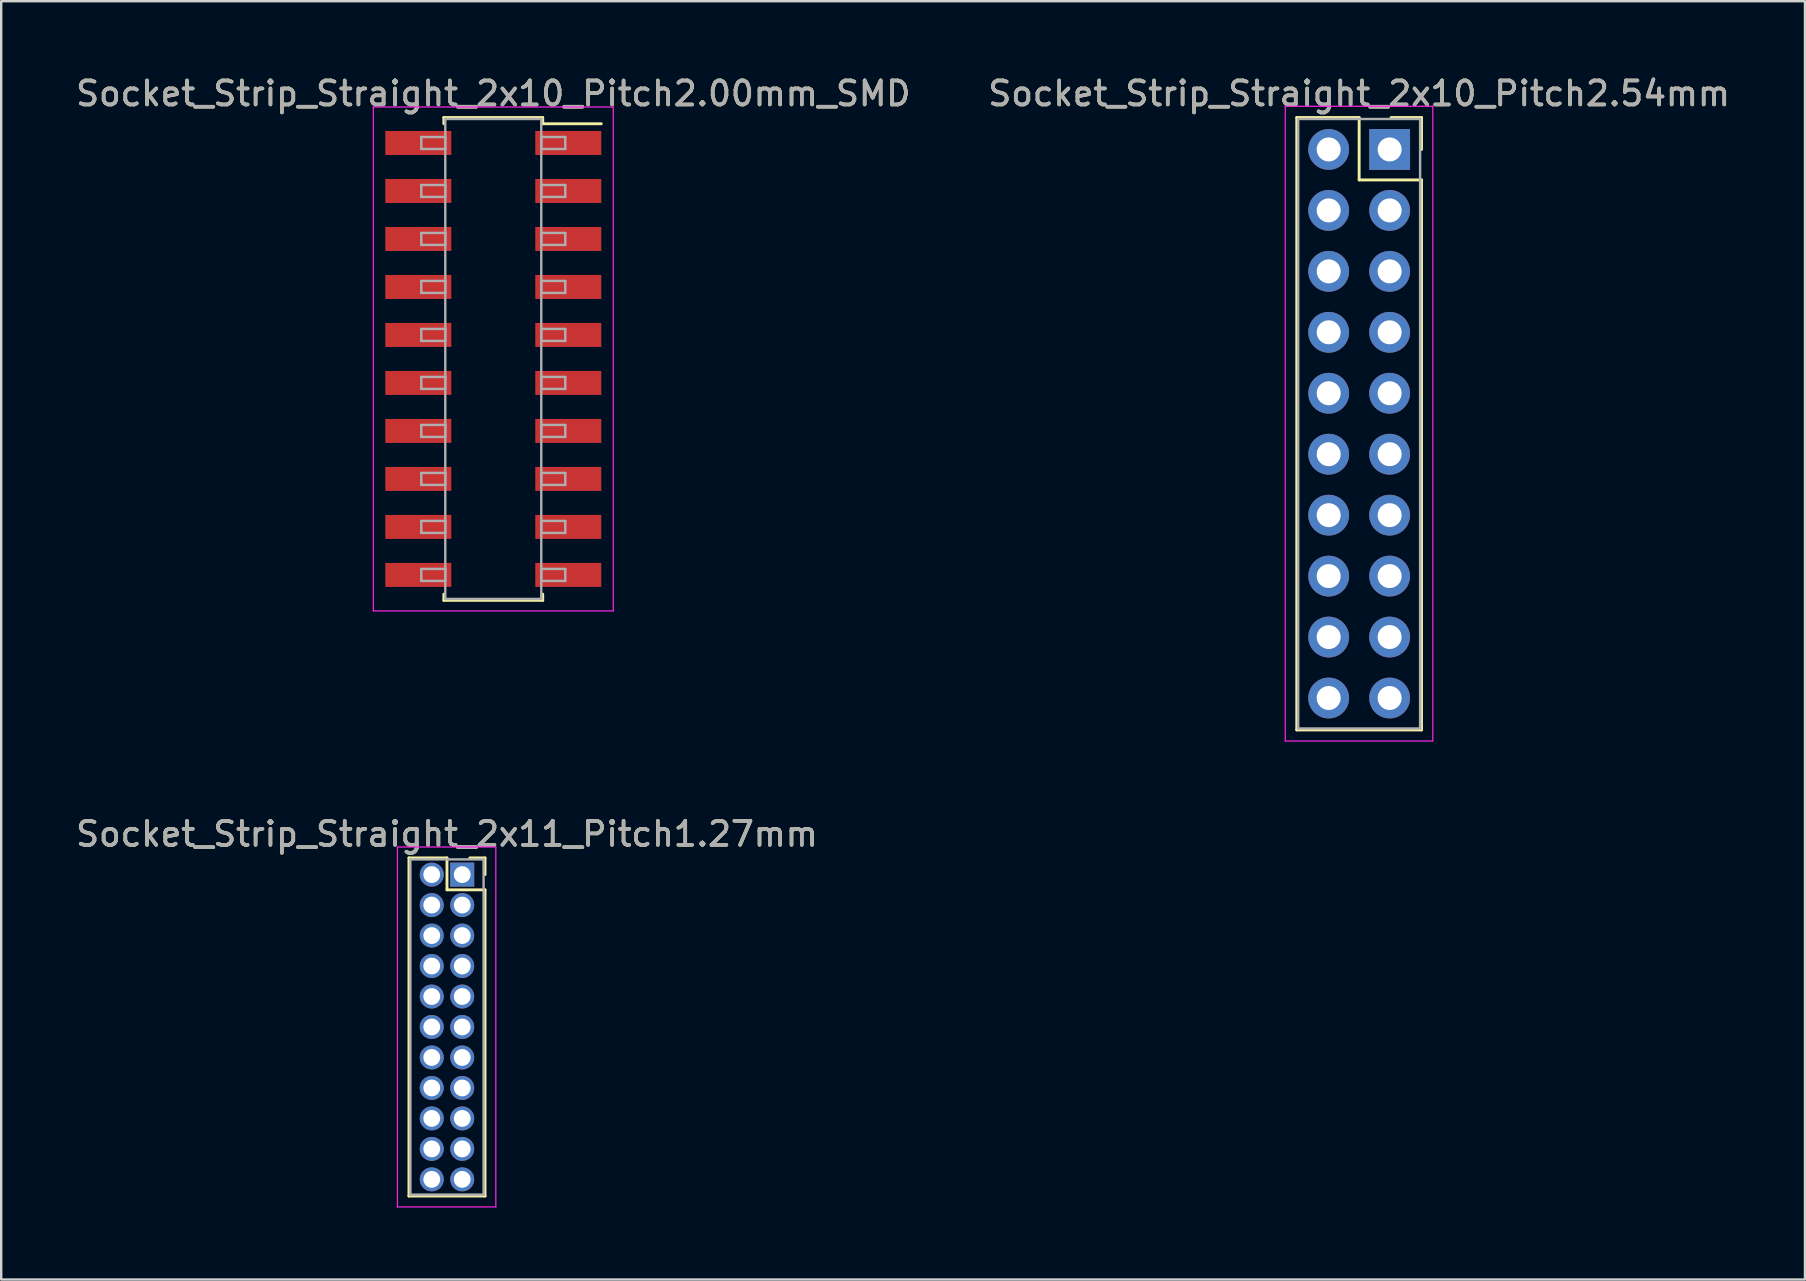
<source format=kicad_pcb>
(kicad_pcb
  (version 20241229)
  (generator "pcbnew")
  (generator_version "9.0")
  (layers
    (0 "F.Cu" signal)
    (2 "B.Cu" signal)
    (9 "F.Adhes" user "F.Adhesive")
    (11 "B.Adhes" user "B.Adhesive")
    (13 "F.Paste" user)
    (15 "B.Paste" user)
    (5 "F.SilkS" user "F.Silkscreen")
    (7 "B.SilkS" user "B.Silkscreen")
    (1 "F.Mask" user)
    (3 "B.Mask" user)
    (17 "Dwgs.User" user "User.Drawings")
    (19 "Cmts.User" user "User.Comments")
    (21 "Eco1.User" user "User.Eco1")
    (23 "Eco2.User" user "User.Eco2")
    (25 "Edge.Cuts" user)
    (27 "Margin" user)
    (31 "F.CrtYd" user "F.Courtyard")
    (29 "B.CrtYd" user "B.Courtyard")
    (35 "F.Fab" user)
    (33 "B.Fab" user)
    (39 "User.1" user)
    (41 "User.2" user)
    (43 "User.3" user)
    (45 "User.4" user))
  (footprint "Socket_Strip_Straight_2x10_Pitch2.54mm"
    (layer "F.Cu")
    (at 54.859 3.178)
    (property "Reference" "Socket_Strip_Straight_2x10_Pitch2.54mm" (at -1.27 -2.33 0) (layer "F.SilkS") (effects (font (size 1 1) (thickness 0.15))))
    (attr through_hole)
    (fp_line (start -3.87 -1.33) (end -1.27 -1.33) (stroke (width 0.12) (type solid)) (layer "F.SilkS"))
    (fp_line (start -3.87 24.19) (end -3.87 -1.33) (stroke (width 0.12) (type solid)) (layer "F.SilkS"))
    (fp_line (start -1.27 -1.33) (end -1.27 1.27) (stroke (width 0.12) (type solid)) (layer "F.SilkS"))
    (fp_line (start -1.27 1.27) (end 1.33 1.27) (stroke (width 0.12) (type solid)) (layer "F.SilkS"))
    (fp_line (start 1.33 -1.33) (end 0.06 -1.33) (stroke (width 0.12) (type solid)) (layer "F.SilkS"))
    (fp_line (start 1.33 0) (end 1.33 -1.33) (stroke (width 0.12) (type solid)) (layer "F.SilkS"))
    (fp_line (start 1.33 1.27) (end 1.33 24.19) (stroke (width 0.12) (type solid)) (layer "F.SilkS"))
    (fp_line (start 1.33 24.19) (end -3.87 24.19) (stroke (width 0.12) (type solid)) (layer "F.SilkS"))
    (fp_line (start -4.35 -1.8) (end -4.35 24.65) (stroke (width 0.05) (type solid)) (layer "F.CrtYd"))
    (fp_line (start -4.35 24.65) (end 1.8 24.65) (stroke (width 0.05) (type solid)) (layer "F.CrtYd"))
    (fp_line (start 1.8 -1.8) (end -4.35 -1.8) (stroke (width 0.05) (type solid)) (layer "F.CrtYd"))
    (fp_line (start 1.8 24.65) (end 1.8 -1.8) (stroke (width 0.05) (type solid)) (layer "F.CrtYd"))
    (fp_line (start -3.81 -1.27) (end -3.81 24.13) (stroke (width 0.1) (type solid)) (layer "F.Fab"))
    (fp_line (start -3.81 24.13) (end 1.27 24.13) (stroke (width 0.1) (type solid)) (layer "F.Fab"))
    (fp_line (start 1.27 -1.27) (end -3.81 -1.27) (stroke (width 0.1) (type solid)) (layer "F.Fab"))
    (fp_line (start 1.27 24.13) (end 1.27 -1.27) (stroke (width 0.1) (type solid)) (layer "F.Fab"))
    (fp_text user "${REFERENCE}" (at -1.27 -2.33 0) (layer "F.Fab") (effects (font (size 1 1) (thickness 0.15))))
    (pad "1" thru_hole rect (at 0 0) (size 1.7 1.7) (drill 1) (layers "*.Cu" "*.Mask"))
    (pad "2" thru_hole oval (at -2.54 0) (size 1.7 1.7) (drill 1) (layers "*.Cu" "*.Mask"))
    (pad "3" thru_hole oval (at 0 2.54) (size 1.7 1.7) (drill 1) (layers "*.Cu" "*.Mask"))
    (pad "4" thru_hole oval (at -2.54 2.54) (size 1.7 1.7) (drill 1) (layers "*.Cu" "*.Mask"))
    (pad "5" thru_hole oval (at 0 5.08) (size 1.7 1.7) (drill 1) (layers "*.Cu" "*.Mask"))
    (pad "6" thru_hole oval (at -2.54 5.08) (size 1.7 1.7) (drill 1) (layers "*.Cu" "*.Mask"))
    (pad "7" thru_hole oval (at 0 7.62) (size 1.7 1.7) (drill 1) (layers "*.Cu" "*.Mask"))
    (pad "8" thru_hole oval (at -2.54 7.62) (size 1.7 1.7) (drill 1) (layers "*.Cu" "*.Mask"))
    (pad "9" thru_hole oval (at 0 10.16) (size 1.7 1.7) (drill 1) (layers "*.Cu" "*.Mask"))
    (pad "10" thru_hole oval (at -2.54 10.16) (size 1.7 1.7) (drill 1) (layers "*.Cu" "*.Mask"))
    (pad "11" thru_hole oval (at 0 12.7) (size 1.7 1.7) (drill 1) (layers "*.Cu" "*.Mask"))
    (pad "12" thru_hole oval (at -2.54 12.7) (size 1.7 1.7) (drill 1) (layers "*.Cu" "*.Mask"))
    (pad "13" thru_hole oval (at 0 15.24) (size 1.7 1.7) (drill 1) (layers "*.Cu" "*.Mask"))
    (pad "14" thru_hole oval (at -2.54 15.24) (size 1.7 1.7) (drill 1) (layers "*.Cu" "*.Mask"))
    (pad "15" thru_hole oval (at 0 17.78) (size 1.7 1.7) (drill 1) (layers "*.Cu" "*.Mask"))
    (pad "16" thru_hole oval (at -2.54 17.78) (size 1.7 1.7) (drill 1) (layers "*.Cu" "*.Mask"))
    (pad "17" thru_hole oval (at 0 20.32) (size 1.7 1.7) (drill 1) (layers "*.Cu" "*.Mask"))
    (pad "18" thru_hole oval (at -2.54 20.32) (size 1.7 1.7) (drill 1) (layers "*.Cu" "*.Mask"))
    (pad "19" thru_hole oval (at 0 22.86) (size 1.7 1.7) (drill 1) (layers "*.Cu" "*.Mask"))
    (pad "20" thru_hole oval (at -2.54 22.86) (size 1.7 1.7) (drill 1) (layers "*.Cu" "*.Mask")))
  (footprint "Socket_Strip_Straight_2x10_Pitch2.00mm_SMD"
    (layer "F.Cu")
    (at 17.506 11.908)
    (property "Reference" "Socket_Strip_Straight_2x10_Pitch2.00mm_SMD" (at 0 -11.06 0) (layer "F.SilkS") (effects (font (size 1 1) (thickness 0.15))))
    (attr smd)
    (fp_line (start -2.06 -10.06) (end 2.06 -10.06) (stroke (width 0.12) (type solid)) (layer "F.SilkS"))
    (fp_line (start -2.06 -9.8) (end -2.06 -10.06) (stroke (width 0.12) (type solid)) (layer "F.SilkS"))
    (fp_line (start -2.06 9.8) (end -2.06 10.06) (stroke (width 0.12) (type solid)) (layer "F.SilkS"))
    (fp_line (start -2.06 10.06) (end 2.06 10.06) (stroke (width 0.12) (type solid)) (layer "F.SilkS"))
    (fp_line (start 2.06 -10.06) (end 2.06 -9.8) (stroke (width 0.12) (type solid)) (layer "F.SilkS"))
    (fp_line (start 2.06 10.06) (end 2.06 9.8) (stroke (width 0.12) (type solid)) (layer "F.SilkS"))
    (fp_line (start 4.5 -9.8) (end 2.06 -9.8) (stroke (width 0.12) (type solid)) (layer "F.SilkS"))
    (fp_line (start -5 -10.5) (end -5 10.5) (stroke (width 0.05) (type solid)) (layer "F.CrtYd"))
    (fp_line (start -5 10.5) (end 5 10.5) (stroke (width 0.05) (type solid)) (layer "F.CrtYd"))
    (fp_line (start 5 -10.5) (end -5 -10.5) (stroke (width 0.05) (type solid)) (layer "F.CrtYd"))
    (fp_line (start 5 10.5) (end 5 -10.5) (stroke (width 0.05) (type solid)) (layer "F.CrtYd"))
    (fp_line (start -3 -9.25) (end -2 -9.25) (stroke (width 0.1) (type solid)) (layer "F.Fab"))
    (fp_line (start -3 -8.75) (end -3 -9.25) (stroke (width 0.1) (type solid)) (layer "F.Fab"))
    (fp_line (start -3 -7.25) (end -2 -7.25) (stroke (width 0.1) (type solid)) (layer "F.Fab"))
    (fp_line (start -3 -6.75) (end -3 -7.25) (stroke (width 0.1) (type solid)) (layer "F.Fab"))
    (fp_line (start -3 -5.25) (end -2 -5.25) (stroke (width 0.1) (type solid)) (layer "F.Fab"))
    (fp_line (start -3 -4.75) (end -3 -5.25) (stroke (width 0.1) (type solid)) (layer "F.Fab"))
    (fp_line (start -3 -3.25) (end -2 -3.25) (stroke (width 0.1) (type solid)) (layer "F.Fab"))
    (fp_line (start -3 -2.75) (end -3 -3.25) (stroke (width 0.1) (type solid)) (layer "F.Fab"))
    (fp_line (start -3 -1.25) (end -2 -1.25) (stroke (width 0.1) (type solid)) (layer "F.Fab"))
    (fp_line (start -3 -0.75) (end -3 -1.25) (stroke (width 0.1) (type solid)) (layer "F.Fab"))
    (fp_line (start -3 0.75) (end -2 0.75) (stroke (width 0.1) (type solid)) (layer "F.Fab"))
    (fp_line (start -3 1.25) (end -3 0.75) (stroke (width 0.1) (type solid)) (layer "F.Fab"))
    (fp_line (start -3 2.75) (end -2 2.75) (stroke (width 0.1) (type solid)) (layer "F.Fab"))
    (fp_line (start -3 3.25) (end -3 2.75) (stroke (width 0.1) (type solid)) (layer "F.Fab"))
    (fp_line (start -3 4.75) (end -2 4.75) (stroke (width 0.1) (type solid)) (layer "F.Fab"))
    (fp_line (start -3 5.25) (end -3 4.75) (stroke (width 0.1) (type solid)) (layer "F.Fab"))
    (fp_line (start -3 6.75) (end -2 6.75) (stroke (width 0.1) (type solid)) (layer "F.Fab"))
    (fp_line (start -3 7.25) (end -3 6.75) (stroke (width 0.1) (type solid)) (layer "F.Fab"))
    (fp_line (start -3 8.75) (end -2 8.75) (stroke (width 0.1) (type solid)) (layer "F.Fab"))
    (fp_line (start -3 9.25) (end -3 8.75) (stroke (width 0.1) (type solid)) (layer "F.Fab"))
    (fp_line (start -2 -10) (end -2 10) (stroke (width 0.1) (type solid)) (layer "F.Fab"))
    (fp_line (start -2 -9.25) (end -2 -8.75) (stroke (width 0.1) (type solid)) (layer "F.Fab"))
    (fp_line (start -2 -8.75) (end -3 -8.75) (stroke (width 0.1) (type solid)) (layer "F.Fab"))
    (fp_line (start -2 -7.25) (end -2 -6.75) (stroke (width 0.1) (type solid)) (layer "F.Fab"))
    (fp_line (start -2 -6.75) (end -3 -6.75) (stroke (width 0.1) (type solid)) (layer "F.Fab"))
    (fp_line (start -2 -5.25) (end -2 -4.75) (stroke (width 0.1) (type solid)) (layer "F.Fab"))
    (fp_line (start -2 -4.75) (end -3 -4.75) (stroke (width 0.1) (type solid)) (layer "F.Fab"))
    (fp_line (start -2 -3.25) (end -2 -2.75) (stroke (width 0.1) (type solid)) (layer "F.Fab"))
    (fp_line (start -2 -2.75) (end -3 -2.75) (stroke (width 0.1) (type solid)) (layer "F.Fab"))
    (fp_line (start -2 -1.25) (end -2 -0.75) (stroke (width 0.1) (type solid)) (layer "F.Fab"))
    (fp_line (start -2 -0.75) (end -3 -0.75) (stroke (width 0.1) (type solid)) (layer "F.Fab"))
    (fp_line (start -2 0.75) (end -2 1.25) (stroke (width 0.1) (type solid)) (layer "F.Fab"))
    (fp_line (start -2 1.25) (end -3 1.25) (stroke (width 0.1) (type solid)) (layer "F.Fab"))
    (fp_line (start -2 2.75) (end -2 3.25) (stroke (width 0.1) (type solid)) (layer "F.Fab"))
    (fp_line (start -2 3.25) (end -3 3.25) (stroke (width 0.1) (type solid)) (layer "F.Fab"))
    (fp_line (start -2 4.75) (end -2 5.25) (stroke (width 0.1) (type solid)) (layer "F.Fab"))
    (fp_line (start -2 5.25) (end -3 5.25) (stroke (width 0.1) (type solid)) (layer "F.Fab"))
    (fp_line (start -2 6.75) (end -2 7.25) (stroke (width 0.1) (type solid)) (layer "F.Fab"))
    (fp_line (start -2 7.25) (end -3 7.25) (stroke (width 0.1) (type solid)) (layer "F.Fab"))
    (fp_line (start -2 8.75) (end -2 9.25) (stroke (width 0.1) (type solid)) (layer "F.Fab"))
    (fp_line (start -2 9.25) (end -3 9.25) (stroke (width 0.1) (type solid)) (layer "F.Fab"))
    (fp_line (start -2 10) (end 2 10) (stroke (width 0.1) (type solid)) (layer "F.Fab"))
    (fp_line (start 2 -10) (end -2 -10) (stroke (width 0.1) (type solid)) (layer "F.Fab"))
    (fp_line (start 2 -9.25) (end 2 -8.75) (stroke (width 0.1) (type solid)) (layer "F.Fab"))
    (fp_line (start 2 -8.75) (end 3 -8.75) (stroke (width 0.1) (type solid)) (layer "F.Fab"))
    (fp_line (start 2 -7.25) (end 2 -6.75) (stroke (width 0.1) (type solid)) (layer "F.Fab"))
    (fp_line (start 2 -6.75) (end 3 -6.75) (stroke (width 0.1) (type solid)) (layer "F.Fab"))
    (fp_line (start 2 -5.25) (end 2 -4.75) (stroke (width 0.1) (type solid)) (layer "F.Fab"))
    (fp_line (start 2 -4.75) (end 3 -4.75) (stroke (width 0.1) (type solid)) (layer "F.Fab"))
    (fp_line (start 2 -3.25) (end 2 -2.75) (stroke (width 0.1) (type solid)) (layer "F.Fab"))
    (fp_line (start 2 -2.75) (end 3 -2.75) (stroke (width 0.1) (type solid)) (layer "F.Fab"))
    (fp_line (start 2 -1.25) (end 2 -0.75) (stroke (width 0.1) (type solid)) (layer "F.Fab"))
    (fp_line (start 2 -0.75) (end 3 -0.75) (stroke (width 0.1) (type solid)) (layer "F.Fab"))
    (fp_line (start 2 0.75) (end 2 1.25) (stroke (width 0.1) (type solid)) (layer "F.Fab"))
    (fp_line (start 2 1.25) (end 3 1.25) (stroke (width 0.1) (type solid)) (layer "F.Fab"))
    (fp_line (start 2 2.75) (end 2 3.25) (stroke (width 0.1) (type solid)) (layer "F.Fab"))
    (fp_line (start 2 3.25) (end 3 3.25) (stroke (width 0.1) (type solid)) (layer "F.Fab"))
    (fp_line (start 2 4.75) (end 2 5.25) (stroke (width 0.1) (type solid)) (layer "F.Fab"))
    (fp_line (start 2 5.25) (end 3 5.25) (stroke (width 0.1) (type solid)) (layer "F.Fab"))
    (fp_line (start 2 6.75) (end 2 7.25) (stroke (width 0.1) (type solid)) (layer "F.Fab"))
    (fp_line (start 2 7.25) (end 3 7.25) (stroke (width 0.1) (type solid)) (layer "F.Fab"))
    (fp_line (start 2 8.75) (end 2 9.25) (stroke (width 0.1) (type solid)) (layer "F.Fab"))
    (fp_line (start 2 9.25) (end 3 9.25) (stroke (width 0.1) (type solid)) (layer "F.Fab"))
    (fp_line (start 2 10) (end 2 -10) (stroke (width 0.1) (type solid)) (layer "F.Fab"))
    (fp_line (start 3 -9.25) (end 2 -9.25) (stroke (width 0.1) (type solid)) (layer "F.Fab"))
    (fp_line (start 3 -8.75) (end 3 -9.25) (stroke (width 0.1) (type solid)) (layer "F.Fab"))
    (fp_line (start 3 -7.25) (end 2 -7.25) (stroke (width 0.1) (type solid)) (layer "F.Fab"))
    (fp_line (start 3 -6.75) (end 3 -7.25) (stroke (width 0.1) (type solid)) (layer "F.Fab"))
    (fp_line (start 3 -5.25) (end 2 -5.25) (stroke (width 0.1) (type solid)) (layer "F.Fab"))
    (fp_line (start 3 -4.75) (end 3 -5.25) (stroke (width 0.1) (type solid)) (layer "F.Fab"))
    (fp_line (start 3 -3.25) (end 2 -3.25) (stroke (width 0.1) (type solid)) (layer "F.Fab"))
    (fp_line (start 3 -2.75) (end 3 -3.25) (stroke (width 0.1) (type solid)) (layer "F.Fab"))
    (fp_line (start 3 -1.25) (end 2 -1.25) (stroke (width 0.1) (type solid)) (layer "F.Fab"))
    (fp_line (start 3 -0.75) (end 3 -1.25) (stroke (width 0.1) (type solid)) (layer "F.Fab"))
    (fp_line (start 3 0.75) (end 2 0.75) (stroke (width 0.1) (type solid)) (layer "F.Fab"))
    (fp_line (start 3 1.25) (end 3 0.75) (stroke (width 0.1) (type solid)) (layer "F.Fab"))
    (fp_line (start 3 2.75) (end 2 2.75) (stroke (width 0.1) (type solid)) (layer "F.Fab"))
    (fp_line (start 3 3.25) (end 3 2.75) (stroke (width 0.1) (type solid)) (layer "F.Fab"))
    (fp_line (start 3 4.75) (end 2 4.75) (stroke (width 0.1) (type solid)) (layer "F.Fab"))
    (fp_line (start 3 5.25) (end 3 4.75) (stroke (width 0.1) (type solid)) (layer "F.Fab"))
    (fp_line (start 3 6.75) (end 2 6.75) (stroke (width 0.1) (type solid)) (layer "F.Fab"))
    (fp_line (start 3 7.25) (end 3 6.75) (stroke (width 0.1) (type solid)) (layer "F.Fab"))
    (fp_line (start 3 8.75) (end 2 8.75) (stroke (width 0.1) (type solid)) (layer "F.Fab"))
    (fp_line (start 3 9.25) (end 3 8.75) (stroke (width 0.1) (type solid)) (layer "F.Fab"))
    (fp_text user "${REFERENCE}" (at 0 -11.06 0) (layer "F.Fab") (effects (font (size 1 1) (thickness 0.15))))
    (pad "1" smd rect (at 3.125 -9) (size 2.75 1) (layers "F.Cu" "F.Mask" "F.Paste"))
    (pad "2" smd rect (at -3.125 -9) (size 2.75 1) (layers "F.Cu" "F.Mask" "F.Paste"))
    (pad "3" smd rect (at 3.125 -7) (size 2.75 1) (layers "F.Cu" "F.Mask" "F.Paste"))
    (pad "4" smd rect (at -3.125 -7) (size 2.75 1) (layers "F.Cu" "F.Mask" "F.Paste"))
    (pad "5" smd rect (at 3.125 -5) (size 2.75 1) (layers "F.Cu" "F.Mask" "F.Paste"))
    (pad "6" smd rect (at -3.125 -5) (size 2.75 1) (layers "F.Cu" "F.Mask" "F.Paste"))
    (pad "7" smd rect (at 3.125 -3) (size 2.75 1) (layers "F.Cu" "F.Mask" "F.Paste"))
    (pad "8" smd rect (at -3.125 -3) (size 2.75 1) (layers "F.Cu" "F.Mask" "F.Paste"))
    (pad "9" smd rect (at 3.125 -1) (size 2.75 1) (layers "F.Cu" "F.Mask" "F.Paste"))
    (pad "10" smd rect (at -3.125 -1) (size 2.75 1) (layers "F.Cu" "F.Mask" "F.Paste"))
    (pad "11" smd rect (at 3.125 1) (size 2.75 1) (layers "F.Cu" "F.Mask" "F.Paste"))
    (pad "12" smd rect (at -3.125 1) (size 2.75 1) (layers "F.Cu" "F.Mask" "F.Paste"))
    (pad "13" smd rect (at 3.125 3) (size 2.75 1) (layers "F.Cu" "F.Mask" "F.Paste"))
    (pad "14" smd rect (at -3.125 3) (size 2.75 1) (layers "F.Cu" "F.Mask" "F.Paste"))
    (pad "15" smd rect (at 3.125 5) (size 2.75 1) (layers "F.Cu" "F.Mask" "F.Paste"))
    (pad "16" smd rect (at -3.125 5) (size 2.75 1) (layers "F.Cu" "F.Mask" "F.Paste"))
    (pad "17" smd rect (at 3.125 7) (size 2.75 1) (layers "F.Cu" "F.Mask" "F.Paste"))
    (pad "18" smd rect (at -3.125 7) (size 2.75 1) (layers "F.Cu" "F.Mask" "F.Paste"))
    (pad "19" smd rect (at 3.125 9) (size 2.75 1) (layers "F.Cu" "F.Mask" "F.Paste"))
    (pad "20" smd rect (at -3.125 9) (size 2.75 1) (layers "F.Cu" "F.Mask" "F.Paste")))
  (footprint "Socket_Strip_Straight_2x11_Pitch1.27mm"
    (layer "F.Cu")
    (at 16.212 33.397)
    (property "Reference" "Socket_Strip_Straight_2x11_Pitch1.27mm" (at -0.635 -1.695 0) (layer "F.SilkS") (effects (font (size 1 1) (thickness 0.15))))
    (attr through_hole)
    (fp_line (start -2.22 -0.695) (end -0.635 -0.695) (stroke (width 0.12) (type solid)) (layer "F.SilkS"))
    (fp_line (start -2.22 13.395) (end -2.22 -0.695) (stroke (width 0.12) (type solid)) (layer "F.SilkS"))
    (fp_line (start -0.635 -0.695) (end -0.635 0.635) (stroke (width 0.12) (type solid)) (layer "F.SilkS"))
    (fp_line (start -0.635 0.635) (end 0.95 0.635) (stroke (width 0.12) (type solid)) (layer "F.SilkS"))
    (fp_line (start 0.95 -0.695) (end 0.315 -0.695) (stroke (width 0.12) (type solid)) (layer "F.SilkS"))
    (fp_line (start 0.95 0) (end 0.95 -0.695) (stroke (width 0.12) (type solid)) (layer "F.SilkS"))
    (fp_line (start 0.95 0.635) (end 0.95 13.395) (stroke (width 0.12) (type solid)) (layer "F.SilkS"))
    (fp_line (start 0.95 13.395) (end -2.22 13.395) (stroke (width 0.12) (type solid)) (layer "F.SilkS"))
    (fp_line (start -2.7 -1.15) (end -2.7 13.85) (stroke (width 0.05) (type solid)) (layer "F.CrtYd"))
    (fp_line (start -2.7 13.85) (end 1.4 13.85) (stroke (width 0.05) (type solid)) (layer "F.CrtYd"))
    (fp_line (start 1.4 -1.15) (end -2.7 -1.15) (stroke (width 0.05) (type solid)) (layer "F.CrtYd"))
    (fp_line (start 1.4 13.85) (end 1.4 -1.15) (stroke (width 0.05) (type solid)) (layer "F.CrtYd"))
    (fp_line (start -2.16 -0.635) (end -2.16 13.335) (stroke (width 0.1) (type solid)) (layer "F.Fab"))
    (fp_line (start -2.16 13.335) (end 0.89 13.335) (stroke (width 0.1) (type solid)) (layer "F.Fab"))
    (fp_line (start 0.89 -0.635) (end -2.16 -0.635) (stroke (width 0.1) (type solid)) (layer "F.Fab"))
    (fp_line (start 0.89 13.335) (end 0.89 -0.635) (stroke (width 0.1) (type solid)) (layer "F.Fab"))
    (fp_text user "${REFERENCE}" (at -0.635 -1.695 0) (layer "F.Fab") (effects (font (size 1 1) (thickness 0.15))))
    (pad "1" thru_hole rect (at 0 0) (size 1 1) (drill 0.7) (layers "*.Cu" "*.Mask"))
    (pad "2" thru_hole oval (at -1.27 0) (size 1 1) (drill 0.7) (layers "*.Cu" "*.Mask"))
    (pad "3" thru_hole oval (at 0 1.27) (size 1 1) (drill 0.7) (layers "*.Cu" "*.Mask"))
    (pad "4" thru_hole oval (at -1.27 1.27) (size 1 1) (drill 0.7) (layers "*.Cu" "*.Mask"))
    (pad "5" thru_hole oval (at 0 2.54) (size 1 1) (drill 0.7) (layers "*.Cu" "*.Mask"))
    (pad "6" thru_hole oval (at -1.27 2.54) (size 1 1) (drill 0.7) (layers "*.Cu" "*.Mask"))
    (pad "7" thru_hole oval (at 0 3.81) (size 1 1) (drill 0.7) (layers "*.Cu" "*.Mask"))
    (pad "8" thru_hole oval (at -1.27 3.81) (size 1 1) (drill 0.7) (layers "*.Cu" "*.Mask"))
    (pad "9" thru_hole oval (at 0 5.08) (size 1 1) (drill 0.7) (layers "*.Cu" "*.Mask"))
    (pad "10" thru_hole oval (at -1.27 5.08) (size 1 1) (drill 0.7) (layers "*.Cu" "*.Mask"))
    (pad "11" thru_hole oval (at 0 6.35) (size 1 1) (drill 0.7) (layers "*.Cu" "*.Mask"))
    (pad "12" thru_hole oval (at -1.27 6.35) (size 1 1) (drill 0.7) (layers "*.Cu" "*.Mask"))
    (pad "13" thru_hole oval (at 0 7.62) (size 1 1) (drill 0.7) (layers "*.Cu" "*.Mask"))
    (pad "14" thru_hole oval (at -1.27 7.62) (size 1 1) (drill 0.7) (layers "*.Cu" "*.Mask"))
    (pad "15" thru_hole oval (at 0 8.89) (size 1 1) (drill 0.7) (layers "*.Cu" "*.Mask"))
    (pad "16" thru_hole oval (at -1.27 8.89) (size 1 1) (drill 0.7) (layers "*.Cu" "*.Mask"))
    (pad "17" thru_hole oval (at 0 10.16) (size 1 1) (drill 0.7) (layers "*.Cu" "*.Mask"))
    (pad "18" thru_hole oval (at -1.27 10.16) (size 1 1) (drill 0.7) (layers "*.Cu" "*.Mask"))
    (pad "19" thru_hole oval (at 0 11.43) (size 1 1) (drill 0.7) (layers "*.Cu" "*.Mask"))
    (pad "20" thru_hole oval (at -1.27 11.43) (size 1 1) (drill 0.7) (layers "*.Cu" "*.Mask"))
    (pad "21" thru_hole oval (at 0 12.7) (size 1 1) (drill 0.7) (layers "*.Cu" "*.Mask"))
    (pad "22" thru_hole oval (at -1.27 12.7) (size 1 1) (drill 0.7) (layers "*.Cu" "*.Mask")))
  (gr_rect
    (start -3 -3)
    (end 72.167 50.272)
    (stroke (width 0.1) (type default))
    (fill no)
    (layer "Edge.Cuts")))
</source>
